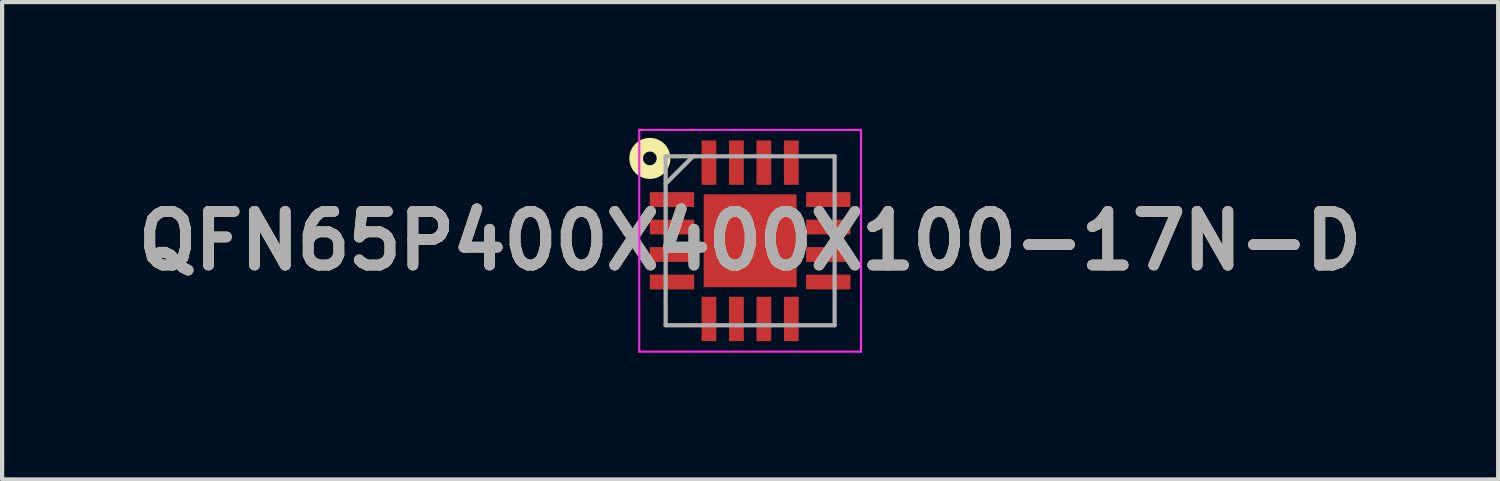
<source format=kicad_pcb>
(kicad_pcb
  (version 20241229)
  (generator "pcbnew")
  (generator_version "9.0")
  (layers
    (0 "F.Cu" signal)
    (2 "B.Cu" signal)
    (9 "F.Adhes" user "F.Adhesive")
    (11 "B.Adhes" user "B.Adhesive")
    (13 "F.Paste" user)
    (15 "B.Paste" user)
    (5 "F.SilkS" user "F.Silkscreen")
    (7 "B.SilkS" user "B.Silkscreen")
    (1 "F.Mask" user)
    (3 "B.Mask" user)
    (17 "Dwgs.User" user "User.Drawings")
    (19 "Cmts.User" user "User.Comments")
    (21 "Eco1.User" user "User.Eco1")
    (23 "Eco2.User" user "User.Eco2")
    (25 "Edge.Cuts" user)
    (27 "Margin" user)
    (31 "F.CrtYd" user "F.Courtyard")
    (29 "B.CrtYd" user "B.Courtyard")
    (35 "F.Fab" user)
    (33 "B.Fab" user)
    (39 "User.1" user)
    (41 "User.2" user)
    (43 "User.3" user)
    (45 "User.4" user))
  (footprint "QFN65P400X400X100-17N-D"
    (layer "F.Cu")
    (at 14.708 2.65)
    (property "Reference" "QFN65P400X400X100-17N-D" (at 0 0 0) (layer "F.SilkS") (effects (font (size 1.27 1.27) (thickness 0.254))))
    (attr smd)
    (fp_circle (center -2.374 -1.95) (end -2.374 -1.788) (stroke (width 0.325) (type solid)) (fill no) (layer "F.SilkS"))
    (fp_line (start -2.625 -2.625) (end 2.625 -2.625) (stroke (width 0.05) (type solid)) (layer "F.CrtYd"))
    (fp_line (start -2.625 2.625) (end -2.625 -2.625) (stroke (width 0.05) (type solid)) (layer "F.CrtYd"))
    (fp_line (start 2.625 -2.625) (end 2.625 2.625) (stroke (width 0.05) (type solid)) (layer "F.CrtYd"))
    (fp_line (start 2.625 2.625) (end -2.625 2.625) (stroke (width 0.05) (type solid)) (layer "F.CrtYd"))
    (fp_line (start -2 -2) (end 2 -2) (stroke (width 0.1) (type solid)) (layer "F.Fab"))
    (fp_line (start -2 -1.35) (end -1.35 -2) (stroke (width 0.1) (type solid)) (layer "F.Fab"))
    (fp_line (start -2 2) (end -2 -2) (stroke (width 0.1) (type solid)) (layer "F.Fab"))
    (fp_line (start 2 -2) (end 2 2) (stroke (width 0.1) (type solid)) (layer "F.Fab"))
    (fp_line (start 2 2) (end -2 2) (stroke (width 0.1) (type solid)) (layer "F.Fab"))
    (fp_text user "${REFERENCE}" (at 0 0 0) (layer "F.Fab") (effects (font (size 1.27 1.27) (thickness 0.254))))
    (pad "1" smd rect (at -1.85 -0.975 90) (size 0.35 1.05) (layers "F.Cu" "F.Mask" "F.Paste"))
    (pad "2" smd rect (at -1.85 -0.325 90) (size 0.35 1.05) (layers "F.Cu" "F.Mask" "F.Paste"))
    (pad "3" smd rect (at -1.85 0.325 90) (size 0.35 1.05) (layers "F.Cu" "F.Mask" "F.Paste"))
    (pad "4" smd rect (at -1.85 0.975 90) (size 0.35 1.05) (layers "F.Cu" "F.Mask" "F.Paste"))
    (pad "5" smd rect (at -0.975 1.85) (size 0.35 1.05) (layers "F.Cu" "F.Mask" "F.Paste"))
    (pad "6" smd rect (at -0.325 1.85) (size 0.35 1.05) (layers "F.Cu" "F.Mask" "F.Paste"))
    (pad "7" smd rect (at 0.325 1.85) (size 0.35 1.05) (layers "F.Cu" "F.Mask" "F.Paste"))
    (pad "8" smd rect (at 0.975 1.85) (size 0.35 1.05) (layers "F.Cu" "F.Mask" "F.Paste"))
    (pad "9" smd rect (at 1.85 0.975 90) (size 0.35 1.05) (layers "F.Cu" "F.Mask" "F.Paste"))
    (pad "10" smd rect (at 1.85 0.325 90) (size 0.35 1.05) (layers "F.Cu" "F.Mask" "F.Paste"))
    (pad "11" smd rect (at 1.85 -0.325 90) (size 0.35 1.05) (layers "F.Cu" "F.Mask" "F.Paste"))
    (pad "12" smd rect (at 1.85 -0.975 90) (size 0.35 1.05) (layers "F.Cu" "F.Mask" "F.Paste"))
    (pad "13" smd rect (at 0.975 -1.85) (size 0.35 1.05) (layers "F.Cu" "F.Mask" "F.Paste"))
    (pad "14" smd rect (at 0.325 -1.85) (size 0.35 1.05) (layers "F.Cu" "F.Mask" "F.Paste"))
    (pad "15" smd rect (at -0.325 -1.85) (size 0.35 1.05) (layers "F.Cu" "F.Mask" "F.Paste"))
    (pad "16" smd rect (at -0.975 -1.85) (size 0.35 1.05) (layers "F.Cu" "F.Mask" "F.Paste"))
    (pad "17" smd rect (at 0 0) (size 2.2 2.2) (layers "F.Cu" "F.Mask" "F.Paste")))
  (gr_rect
    (start -3 -3)
    (end 32.416 8.3)
    (stroke (width 0.1) (type default))
    (fill no)
    (layer "Edge.Cuts")))
</source>
